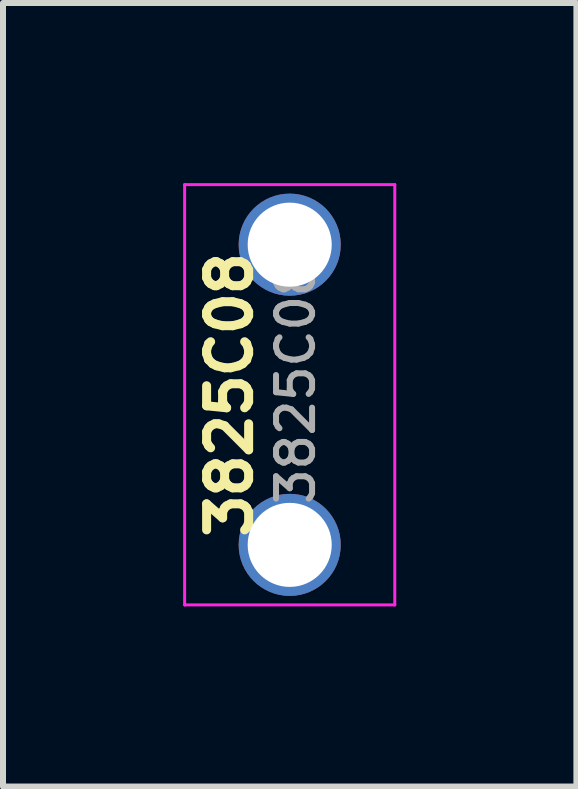
<source format=kicad_pcb>
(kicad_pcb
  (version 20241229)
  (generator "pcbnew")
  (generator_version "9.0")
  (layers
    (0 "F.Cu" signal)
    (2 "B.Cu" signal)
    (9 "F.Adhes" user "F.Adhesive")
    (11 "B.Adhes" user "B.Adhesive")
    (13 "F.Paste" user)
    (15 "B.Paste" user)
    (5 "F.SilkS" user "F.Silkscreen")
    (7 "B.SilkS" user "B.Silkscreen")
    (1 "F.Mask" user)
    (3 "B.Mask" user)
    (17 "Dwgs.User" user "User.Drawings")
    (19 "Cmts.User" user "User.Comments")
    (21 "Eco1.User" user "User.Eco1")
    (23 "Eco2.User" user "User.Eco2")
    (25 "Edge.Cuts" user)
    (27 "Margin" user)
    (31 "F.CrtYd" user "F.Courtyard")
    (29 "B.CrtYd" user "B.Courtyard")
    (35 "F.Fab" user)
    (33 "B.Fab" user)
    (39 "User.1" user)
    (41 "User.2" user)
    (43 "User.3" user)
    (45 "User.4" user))
  (footprint "3825C08"
    (layer "F.Cu")
    (at 1.775 3.525)
    (property "Reference" "3825C08" (at -1 0 90) (layer "F.SilkS") (effects (font (size 0.7 0.7) (thickness 0.15))))
    (attr through_hole)
    (fp_line (start -1.75 -3.5) (end 1.75 -3.5) (stroke (width 0.05) (type solid)) (layer "F.CrtYd"))
    (fp_line (start -1.75 3.5) (end -1.75 -3.5) (stroke (width 0.05) (type solid)) (layer "F.CrtYd"))
    (fp_line (start 1.75 -3.5) (end 1.75 3.5) (stroke (width 0.05) (type solid)) (layer "F.CrtYd"))
    (fp_line (start 1.75 3.5) (end -1.75 3.5) (stroke (width 0.05) (type solid)) (layer "F.CrtYd"))
    (fp_text user "${REFERENCE}" (at 0.1 -0.2 90) (layer "F.Fab") (effects (font (size 0.6 0.6) (thickness 0.1))))
    (pad "1" thru_hole circle (at 0 -2.5) (size 1.7 1.7) (drill 1.4) (layers "*.Cu" "*.Mask"))
    (pad "1" thru_hole circle (at 0 2.5) (size 1.7 1.7) (drill 1.4) (layers "*.Cu" "*.Mask")))
  (gr_rect
    (start -3 -3)
    (end 6.55 10.05)
    (stroke (width 0.1) (type default))
    (fill no)
    (layer "Edge.Cuts")))
</source>
